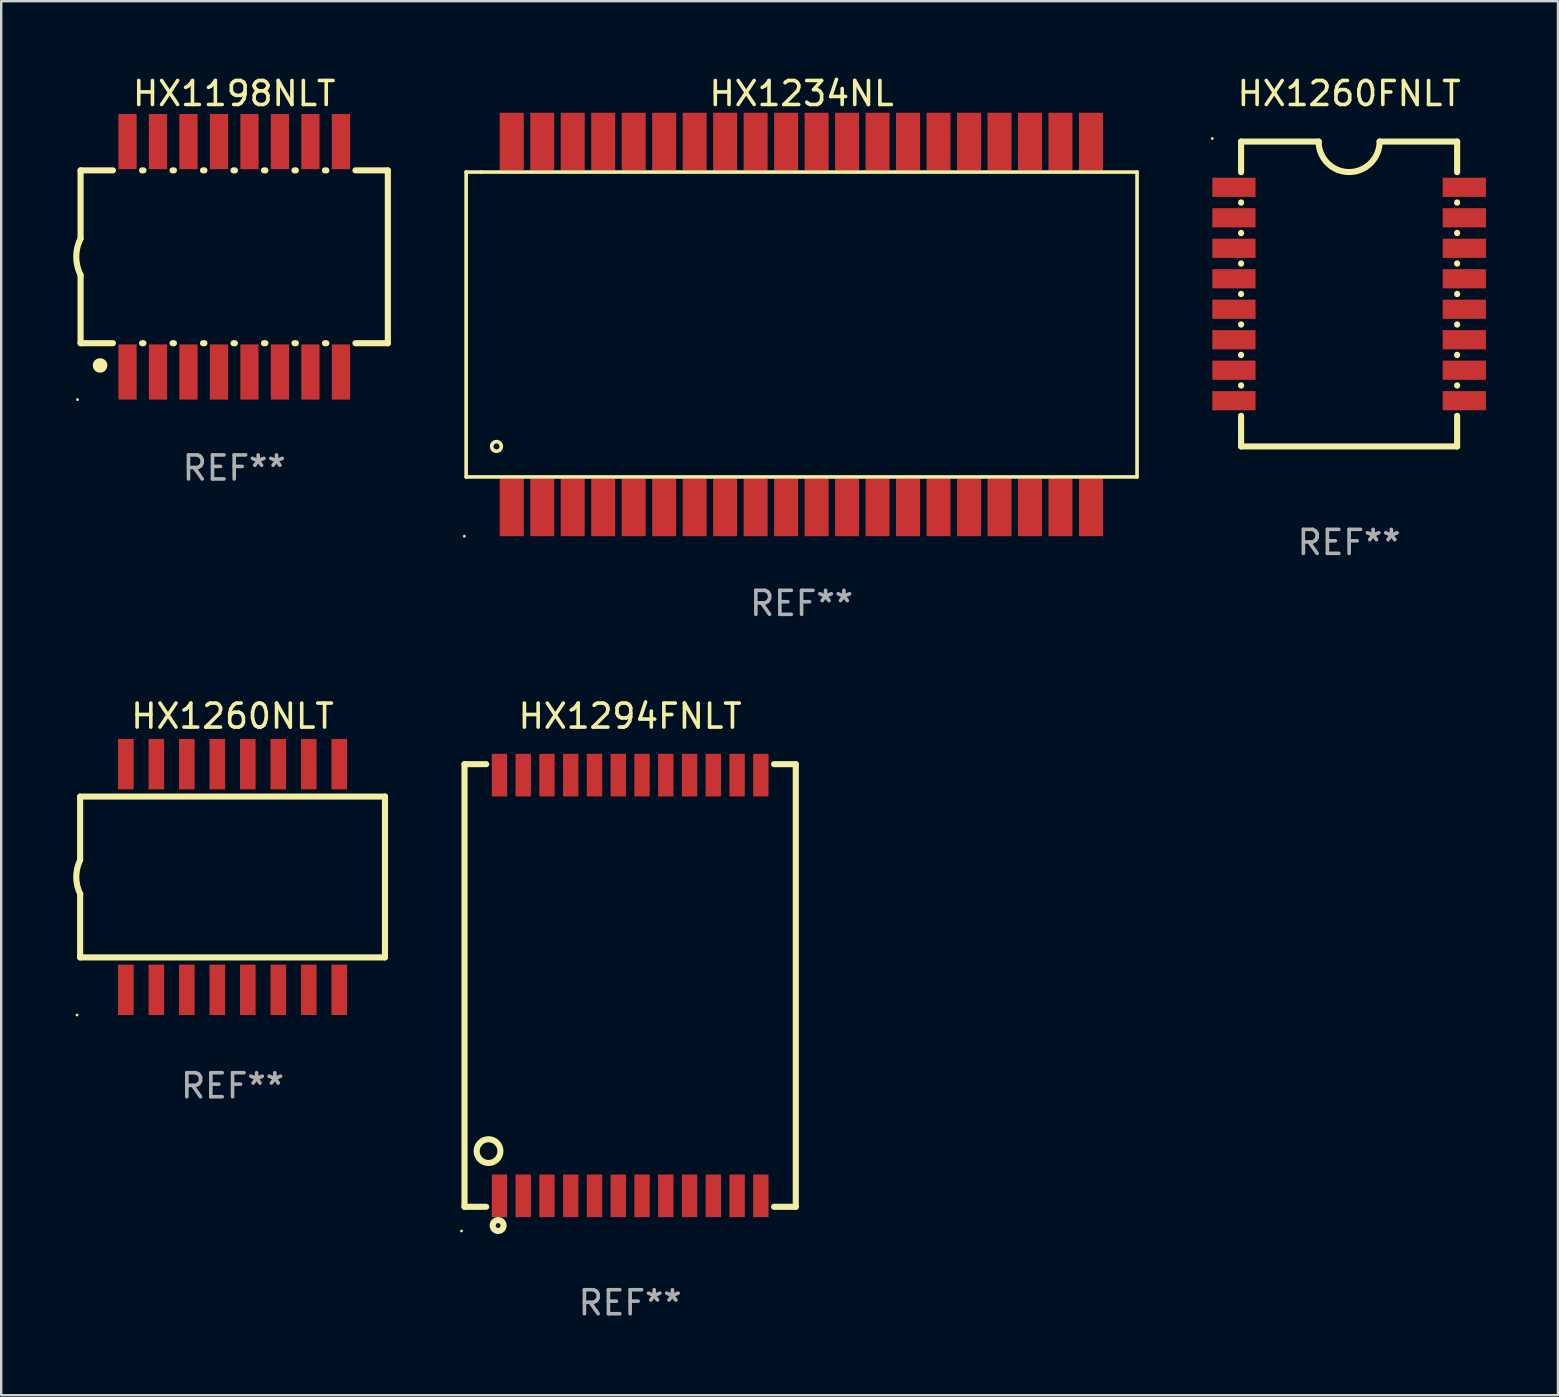
<source format=kicad_pcb>
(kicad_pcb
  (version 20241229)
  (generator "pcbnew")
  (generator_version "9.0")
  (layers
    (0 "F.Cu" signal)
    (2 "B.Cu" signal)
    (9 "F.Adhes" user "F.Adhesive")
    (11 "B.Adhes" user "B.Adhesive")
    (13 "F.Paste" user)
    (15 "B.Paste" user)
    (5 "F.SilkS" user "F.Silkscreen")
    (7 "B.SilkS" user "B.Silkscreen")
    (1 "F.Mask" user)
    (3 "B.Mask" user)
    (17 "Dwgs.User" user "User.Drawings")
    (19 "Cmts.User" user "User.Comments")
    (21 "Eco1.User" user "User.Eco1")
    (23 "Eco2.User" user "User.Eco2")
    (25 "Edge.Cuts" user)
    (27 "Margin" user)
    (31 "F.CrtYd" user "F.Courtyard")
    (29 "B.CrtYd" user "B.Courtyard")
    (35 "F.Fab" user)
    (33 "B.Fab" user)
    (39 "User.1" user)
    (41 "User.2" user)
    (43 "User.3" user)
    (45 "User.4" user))
  (footprint "HX1260NLT"
    (layer "F.Cu")
    (at 6.638 33.485)
    (property "Reference" "HX1260NLT" (at 0 -6.7 0) (layer "F.SilkS") (effects (font (size 1 1) (thickness 0.15))))
    (attr through_hole)
    (fp_line (start -6.35 -0.715) (end -6.35 -3.345) (stroke (width 0.254) (type solid)) (layer "F.SilkS"))
    (fp_line (start -6.35 -3.35) (end 6.35 -3.35) (stroke (width 0.254) (type solid)) (layer "F.SilkS"))
    (fp_line (start -6.35 3.35) (end -6.35 0.72) (stroke (width 0.254) (type solid)) (layer "F.SilkS"))
    (fp_line (start -6.35 3.35) (end 6.35 3.35) (stroke (width 0.254) (type solid)) (layer "F.SilkS"))
    (fp_line (start 6.35 3.35) (end 6.35 -3.35) (stroke (width 0.254) (type solid)) (layer "F.SilkS"))
    (fp_arc (start -6.33998 0.720015) (mid -6.510999 0.011187) (end -6.349962 -0.699975) (stroke (width 0.254001) (type solid)) (layer "F.SilkS"))
    (fp_circle (center -6.477 5.75) (end -6.447 5.75) (stroke (width 0.06) (type solid)) (fill no) (layer "F.SilkS"))
    (fp_text user "REF**" (at 0 8.7 0) (layer "F.Fab") (effects (font (size 1 1) (thickness 0.15))))
    (pad "1" smd rect (at -4.445 4.7 90) (size 2.1 0.65) (layers "F.Cu" "F.Mask" "F.Paste"))
    (pad "2" smd rect (at -3.175 4.7 90) (size 2.1 0.65) (layers "F.Cu" "F.Mask" "F.Paste"))
    (pad "3" smd rect (at -1.905 4.7 90) (size 2.1 0.65) (layers "F.Cu" "F.Mask" "F.Paste"))
    (pad "4" smd rect (at -0.635 4.7 90) (size 2.1 0.65) (layers "F.Cu" "F.Mask" "F.Paste"))
    (pad "5" smd rect (at 0.635 4.7 90) (size 2.1 0.65) (layers "F.Cu" "F.Mask" "F.Paste"))
    (pad "6" smd rect (at 1.905 4.7 90) (size 2.1 0.65) (layers "F.Cu" "F.Mask" "F.Paste"))
    (pad "7" smd rect (at 3.175 4.7 90) (size 2.1 0.65) (layers "F.Cu" "F.Mask" "F.Paste"))
    (pad "8" smd rect (at 4.445 4.7 90) (size 2.1 0.65) (layers "F.Cu" "F.Mask" "F.Paste"))
    (pad "9" smd rect (at 4.445 -4.7 90) (size 2.1 0.65) (layers "F.Cu" "F.Mask" "F.Paste"))
    (pad "10" smd rect (at 3.175 -4.7 90) (size 2.1 0.65) (layers "F.Cu" "F.Mask" "F.Paste"))
    (pad "11" smd rect (at 1.905 -4.7 90) (size 2.1 0.65) (layers "F.Cu" "F.Mask" "F.Paste"))
    (pad "12" smd rect (at 0.635 -4.7 90) (size 2.1 0.65) (layers "F.Cu" "F.Mask" "F.Paste"))
    (pad "13" smd rect (at -0.635 -4.7 90) (size 2.1 0.65) (layers "F.Cu" "F.Mask" "F.Paste"))
    (pad "14" smd rect (at -1.905 -4.7 90) (size 2.1 0.65) (layers "F.Cu" "F.Mask" "F.Paste"))
    (pad "15" smd rect (at -3.175 -4.7 90) (size 2.1 0.65) (layers "F.Cu" "F.Mask" "F.Paste"))
    (pad "16" smd rect (at -4.445 -4.7 90) (size 2.1 0.65) (layers "F.Cu" "F.Mask" "F.Paste")))
  (footprint "HX1294FNLT"
    (layer "F.Cu")
    (at 23.202 38.005)
    (property "Reference" "HX1294FNLT" (at 0 -11.22 0) (layer "F.SilkS") (effects (font (size 1 1) (thickness 0.15))))
    (attr through_hole)
    (fp_line (start -6.9 -9.22) (end -6.9 9.22) (stroke (width 0.254) (type solid)) (layer "F.SilkS"))
    (fp_line (start -6.9 -9.22) (end -5.996 -9.22) (stroke (width 0.254) (type solid)) (layer "F.SilkS"))
    (fp_line (start -6.9 9.22) (end -5.996 9.22) (stroke (width 0.254) (type solid)) (layer "F.SilkS"))
    (fp_line (start 5.996 -9.22) (end 6.9 -9.22) (stroke (width 0.254) (type solid)) (layer "F.SilkS"))
    (fp_line (start 5.996 9.22) (end 6.9 9.22) (stroke (width 0.254) (type solid)) (layer "F.SilkS"))
    (fp_line (start 6.9 -9.22) (end 6.9 9.22) (stroke (width 0.254) (type solid)) (layer "F.SilkS"))
    (fp_circle (center -7.027 10.227) (end -6.997 10.227) (stroke (width 0.06) (type solid)) (fill no) (layer "F.SilkS"))
    (fp_circle (center -5.9 6.9) (end -5.405 6.9) (stroke (width 0.254) (type solid)) (fill no) (layer "F.SilkS"))
    (fp_circle (center -5.5 10) (end -5.4 10) (stroke (width 0.254) (type solid)) (fill no) (layer "F.SilkS"))
    (fp_text user "REF**" (at 0 13.22 0) (layer "F.Fab") (effects (font (size 1 1) (thickness 0.15))))
    (pad "1" smd rect (at -5.445 8.763) (size 0.64 1.775) (layers "F.Cu" "F.Mask" "F.Paste"))
    (pad "2" smd rect (at -4.455 8.763) (size 0.64 1.775) (layers "F.Cu" "F.Mask" "F.Paste"))
    (pad "3" smd rect (at -3.465 8.763) (size 0.64 1.775) (layers "F.Cu" "F.Mask" "F.Paste"))
    (pad "4" smd rect (at -2.475 8.763) (size 0.64 1.775) (layers "F.Cu" "F.Mask" "F.Paste"))
    (pad "5" smd rect (at -1.485 8.763) (size 0.64 1.775) (layers "F.Cu" "F.Mask" "F.Paste"))
    (pad "6" smd rect (at -0.495 8.763) (size 0.64 1.775) (layers "F.Cu" "F.Mask" "F.Paste"))
    (pad "7" smd rect (at 0.495 8.763) (size 0.64 1.775) (layers "F.Cu" "F.Mask" "F.Paste"))
    (pad "8" smd rect (at 1.485 8.763) (size 0.64 1.775) (layers "F.Cu" "F.Mask" "F.Paste"))
    (pad "9" smd rect (at 2.475 8.763) (size 0.64 1.775) (layers "F.Cu" "F.Mask" "F.Paste"))
    (pad "10" smd rect (at 3.465 8.763) (size 0.64 1.775) (layers "F.Cu" "F.Mask" "F.Paste"))
    (pad "11" smd rect (at 4.455 8.763) (size 0.64 1.775) (layers "F.Cu" "F.Mask" "F.Paste"))
    (pad "12" smd rect (at 5.445 8.763) (size 0.64 1.775) (layers "F.Cu" "F.Mask" "F.Paste"))
    (pad "13" smd rect (at 5.445 -8.763) (size 0.64 1.775) (layers "F.Cu" "F.Mask" "F.Paste"))
    (pad "14" smd rect (at 4.455 -8.763) (size 0.64 1.775) (layers "F.Cu" "F.Mask" "F.Paste"))
    (pad "15" smd rect (at 3.465 -8.763) (size 0.64 1.775) (layers "F.Cu" "F.Mask" "F.Paste"))
    (pad "16" smd rect (at 2.475 -8.763) (size 0.64 1.775) (layers "F.Cu" "F.Mask" "F.Paste"))
    (pad "17" smd rect (at 1.485 -8.763) (size 0.64 1.775) (layers "F.Cu" "F.Mask" "F.Paste"))
    (pad "18" smd rect (at 0.495 -8.763) (size 0.64 1.775) (layers "F.Cu" "F.Mask" "F.Paste"))
    (pad "19" smd rect (at -0.495 -8.763) (size 0.64 1.775) (layers "F.Cu" "F.Mask" "F.Paste"))
    (pad "20" smd rect (at -1.485 -8.763) (size 0.64 1.775) (layers "F.Cu" "F.Mask" "F.Paste"))
    (pad "21" smd rect (at -2.475 -8.763) (size 0.64 1.775) (layers "F.Cu" "F.Mask" "F.Paste"))
    (pad "22" smd rect (at -3.465 -8.763) (size 0.64 1.775) (layers "F.Cu" "F.Mask" "F.Paste"))
    (pad "23" smd rect (at -4.455 -8.763) (size 0.64 1.775) (layers "F.Cu" "F.Mask" "F.Paste"))
    (pad "24" smd rect (at -5.445 -8.763) (size 0.64 1.775) (layers "F.Cu" "F.Mask" "F.Paste")))
  (footprint "HX1198NLT"
    (layer "F.Cu")
    (at 6.707 7.648)
    (property "Reference" "HX1198NLT" (at 0 -6.8 0) (layer "F.SilkS") (effects (font (size 1 1) (thickness 0.15))))
    (attr through_hole)
    (fp_line (start -6.4 -3.6) (end -6.4 -0.762) (stroke (width 0.254) (type solid)) (layer "F.SilkS"))
    (fp_line (start -6.4 -3.6) (end -5.051 -3.6) (stroke (width 0.254) (type solid)) (layer "F.SilkS"))
    (fp_line (start -6.4 3.6) (end -6.4 0.762) (stroke (width 0.254) (type solid)) (layer "F.SilkS"))
    (fp_line (start -6.4 3.6) (end -5.051 3.6) (stroke (width 0.254) (type solid)) (layer "F.SilkS"))
    (fp_line (start -3.839 -3.6) (end -3.781 -3.6) (stroke (width 0.254) (type solid)) (layer "F.SilkS"))
    (fp_line (start -3.839 3.6) (end -3.781 3.6) (stroke (width 0.254) (type solid)) (layer "F.SilkS"))
    (fp_line (start -2.569 -3.6) (end -2.511 -3.6) (stroke (width 0.254) (type solid)) (layer "F.SilkS"))
    (fp_line (start -2.569 3.6) (end -2.511 3.6) (stroke (width 0.254) (type solid)) (layer "F.SilkS"))
    (fp_line (start -1.299 -3.6) (end -1.241 -3.6) (stroke (width 0.254) (type solid)) (layer "F.SilkS"))
    (fp_line (start -1.299 3.6) (end -1.241 3.6) (stroke (width 0.254) (type solid)) (layer "F.SilkS"))
    (fp_line (start -0.029 -3.6) (end 0.029 -3.6) (stroke (width 0.254) (type solid)) (layer "F.SilkS"))
    (fp_line (start -0.029 3.6) (end 0.029 3.6) (stroke (width 0.254) (type solid)) (layer "F.SilkS"))
    (fp_line (start 1.241 -3.6) (end 1.299 -3.6) (stroke (width 0.254) (type solid)) (layer "F.SilkS"))
    (fp_line (start 1.241 3.6) (end 1.299 3.6) (stroke (width 0.254) (type solid)) (layer "F.SilkS"))
    (fp_line (start 2.511 -3.6) (end 2.569 -3.6) (stroke (width 0.254) (type solid)) (layer "F.SilkS"))
    (fp_line (start 2.511 3.6) (end 2.569 3.6) (stroke (width 0.254) (type solid)) (layer "F.SilkS"))
    (fp_line (start 3.781 -3.6) (end 3.839 -3.6) (stroke (width 0.254) (type solid)) (layer "F.SilkS"))
    (fp_line (start 3.781 3.6) (end 3.839 3.6) (stroke (width 0.254) (type solid)) (layer "F.SilkS"))
    (fp_line (start 5.051 -3.6) (end 6.4 -3.6) (stroke (width 0.254) (type solid)) (layer "F.SilkS"))
    (fp_line (start 5.051 3.6) (end 6.4 3.6) (stroke (width 0.254) (type solid)) (layer "F.SilkS"))
    (fp_line (start 6.4 -3.6) (end 6.4 3.6) (stroke (width 0.254) (type solid)) (layer "F.SilkS"))
    (fp_arc (start -6.400813 0.762001) (mid -6.580428 -0.000094) (end -6.400025 -0.762002) (stroke (width 0.254001) (type solid)) (layer "F.SilkS"))
    (fp_arc (start -5.590551 4.52601) (mid -5.588011 4.525999) (end -5.585471 4.52601) (stroke (width 0.6) (type solid)) (layer "F.SilkS"))
    (fp_circle (center -6.528 5.95) (end -6.498 5.95) (stroke (width 0.06) (type solid)) (fill no) (layer "F.SilkS"))
    (fp_text user "REF**" (at 0 8.8 0) (layer "F.Fab") (effects (font (size 1 1) (thickness 0.15))))
    (pad "1" smd rect (at -4.445 4.8 180) (size 0.76 2.3) (layers "F.Cu" "F.Mask" "F.Paste"))
    (pad "2" smd rect (at -3.175 4.8 180) (size 0.76 2.3) (layers "F.Cu" "F.Mask" "F.Paste"))
    (pad "3" smd rect (at -1.905 4.8 180) (size 0.76 2.3) (layers "F.Cu" "F.Mask" "F.Paste"))
    (pad "4" smd rect (at -0.635 4.8 180) (size 0.76 2.3) (layers "F.Cu" "F.Mask" "F.Paste"))
    (pad "5" smd rect (at 0.635 4.8 180) (size 0.76 2.3) (layers "F.Cu" "F.Mask" "F.Paste"))
    (pad "6" smd rect (at 1.905 4.8 180) (size 0.76 2.3) (layers "F.Cu" "F.Mask" "F.Paste"))
    (pad "7" smd rect (at 3.175 4.8 180) (size 0.76 2.3) (layers "F.Cu" "F.Mask" "F.Paste"))
    (pad "8" smd rect (at 4.445 4.8 180) (size 0.76 2.3) (layers "F.Cu" "F.Mask" "F.Paste"))
    (pad "9" smd rect (at 4.445 -4.8 180) (size 0.76 2.3) (layers "F.Cu" "F.Mask" "F.Paste"))
    (pad "10" smd rect (at 3.175 -4.8 180) (size 0.76 2.3) (layers "F.Cu" "F.Mask" "F.Paste"))
    (pad "11" smd rect (at 1.905 -4.8 180) (size 0.76 2.3) (layers "F.Cu" "F.Mask" "F.Paste"))
    (pad "12" smd rect (at 0.635 -4.8 180) (size 0.76 2.3) (layers "F.Cu" "F.Mask" "F.Paste"))
    (pad "13" smd rect (at -0.635 -4.8 180) (size 0.76 2.3) (layers "F.Cu" "F.Mask" "F.Paste"))
    (pad "14" smd rect (at -1.905 -4.8 180) (size 0.76 2.3) (layers "F.Cu" "F.Mask" "F.Paste"))
    (pad "15" smd rect (at -3.175 -4.8 180) (size 0.76 2.3) (layers "F.Cu" "F.Mask" "F.Paste"))
    (pad "16" smd rect (at -4.445 -4.8 180) (size 0.76 2.3) (layers "F.Cu" "F.Mask" "F.Paste")))
  (footprint "HX1260FNLT"
    (layer "F.Cu")
    (at 53.154 9.198)
    (property "Reference" "HX1260FNLT" (at 0 -8.35 0) (layer "F.SilkS") (effects (font (size 1 1) (thickness 0.15))))
    (attr through_hole)
    (fp_line (start -4.5 6.35) (end 4.5 6.35) (stroke (width 0.254) (type solid)) (layer "F.SilkS"))
    (fp_line (start -4.5 -6.35) (end -4.5 -5.075) (stroke (width 0.254) (type solid)) (layer "F.SilkS"))
    (fp_line (start -4.5 -6.35) (end -1.27 -6.35) (stroke (width 0.254) (type solid)) (layer "F.SilkS"))
    (fp_line (start -4.5 -3.815) (end -4.5 -3.805) (stroke (width 0.254) (type solid)) (layer "F.SilkS"))
    (fp_line (start -4.5 -2.545) (end -4.5 -2.535) (stroke (width 0.254) (type solid)) (layer "F.SilkS"))
    (fp_line (start -4.5 -1.275) (end -4.5 -1.265) (stroke (width 0.254) (type solid)) (layer "F.SilkS"))
    (fp_line (start -4.5 -0.005) (end -4.5 0.005) (stroke (width 0.254) (type solid)) (layer "F.SilkS"))
    (fp_line (start -4.5 1.265) (end -4.5 1.275) (stroke (width 0.254) (type solid)) (layer "F.SilkS"))
    (fp_line (start -4.5 2.535) (end -4.5 2.545) (stroke (width 0.254) (type solid)) (layer "F.SilkS"))
    (fp_line (start -4.5 3.805) (end -4.5 3.815) (stroke (width 0.254) (type solid)) (layer "F.SilkS"))
    (fp_line (start -4.5 5.075) (end -4.5 6.35) (stroke (width 0.254) (type solid)) (layer "F.SilkS"))
    (fp_line (start 1.27 -6.35) (end 4.5 -6.35) (stroke (width 0.254) (type solid)) (layer "F.SilkS"))
    (fp_line (start 4.5 -6.35) (end 4.5 -5.075) (stroke (width 0.254) (type solid)) (layer "F.SilkS"))
    (fp_line (start 4.5 -3.815) (end 4.5 -3.805) (stroke (width 0.254) (type solid)) (layer "F.SilkS"))
    (fp_line (start 4.5 -2.545) (end 4.5 -2.535) (stroke (width 0.254) (type solid)) (layer "F.SilkS"))
    (fp_line (start 4.5 -1.275) (end 4.5 -1.265) (stroke (width 0.254) (type solid)) (layer "F.SilkS"))
    (fp_line (start 4.5 -0.005) (end 4.5 0.005) (stroke (width 0.254) (type solid)) (layer "F.SilkS"))
    (fp_line (start 4.5 1.265) (end 4.5 1.275) (stroke (width 0.254) (type solid)) (layer "F.SilkS"))
    (fp_line (start 4.5 2.535) (end 4.5 2.545) (stroke (width 0.254) (type solid)) (layer "F.SilkS"))
    (fp_line (start 4.5 3.805) (end 4.5 3.815) (stroke (width 0.254) (type solid)) (layer "F.SilkS"))
    (fp_line (start 4.5 5.075) (end 4.5 6.35) (stroke (width 0.254) (type solid)) (layer "F.SilkS"))
    (fp_arc (start 1.270003 -6.349987) (mid 0 -5.079984) (end -1.270003 -6.349987) (stroke (width 0.254001) (type solid)) (layer "F.SilkS"))
    (fp_circle (center -5.7 -6.477) (end -5.67 -6.477) (stroke (width 0.06) (type solid)) (fill no) (layer "F.SilkS"))
    (fp_text user "REF**" (at 0 10.35 0) (layer "F.Fab") (effects (font (size 1 1) (thickness 0.15))))
    (pad "1" smd rect (at -4.799 -4.445) (size 1.8 0.8) (layers "F.Cu" "F.Mask" "F.Paste"))
    (pad "2" smd rect (at -4.799 -3.175 180) (size 1.8 0.8) (layers "F.Cu" "F.Mask" "F.Paste"))
    (pad "3" smd rect (at -4.799 -1.905 180) (size 1.8 0.8) (layers "F.Cu" "F.Mask" "F.Paste"))
    (pad "4" smd rect (at -4.799 -0.635 180) (size 1.8 0.8) (layers "F.Cu" "F.Mask" "F.Paste"))
    (pad "5" smd rect (at -4.799 0.635 180) (size 1.8 0.8) (layers "F.Cu" "F.Mask" "F.Paste"))
    (pad "6" smd rect (at -4.799 1.905 180) (size 1.8 0.8) (layers "F.Cu" "F.Mask" "F.Paste"))
    (pad "7" smd rect (at -4.799 3.175 180) (size 1.8 0.8) (layers "F.Cu" "F.Mask" "F.Paste"))
    (pad "8" smd rect (at -4.799 4.445 180) (size 1.8 0.8) (layers "F.Cu" "F.Mask" "F.Paste"))
    (pad "9" smd rect (at 4.799 4.445 180) (size 1.8 0.8) (layers "F.Cu" "F.Mask" "F.Paste"))
    (pad "10" smd rect (at 4.799 3.175 180) (size 1.8 0.8) (layers "F.Cu" "F.Mask" "F.Paste"))
    (pad "11" smd rect (at 4.799 1.905 180) (size 1.8 0.8) (layers "F.Cu" "F.Mask" "F.Paste"))
    (pad "12" smd rect (at 4.799 0.635 180) (size 1.8 0.8) (layers "F.Cu" "F.Mask" "F.Paste"))
    (pad "13" smd rect (at 4.799 -0.635 180) (size 1.8 0.8) (layers "F.Cu" "F.Mask" "F.Paste"))
    (pad "14" smd rect (at 4.799 -1.905 180) (size 1.8 0.8) (layers "F.Cu" "F.Mask" "F.Paste"))
    (pad "15" smd rect (at 4.799 -3.175 180) (size 1.8 0.8) (layers "F.Cu" "F.Mask" "F.Paste"))
    (pad "16" smd rect (at 4.799 -4.445 180) (size 1.8 0.8) (layers "F.Cu" "F.Mask" "F.Paste")))
  (footprint "HX1234NL"
    (layer "F.Cu")
    (at 30.344 10.468)
    (property "Reference" "HX1234NL" (at 0 -9.62 0) (layer "F.SilkS") (effects (font (size 1 1) (thickness 0.15))))
    (attr through_hole)
    (fp_line (start -13.975 -6.35) (end -13.975 6.35) (stroke (width 0.15) (type solid)) (layer "F.SilkS"))
    (fp_line (start -13.975 6.35) (end 13.975 6.35) (stroke (width 0.15) (type solid)) (layer "F.SilkS"))
    (fp_line (start -13.345 -6.35) (end -13.975 -6.35) (stroke (width 0.15) (type solid)) (layer "F.SilkS"))
    (fp_line (start 13.975 -6.35) (end -13.345 -6.35) (stroke (width 0.15) (type solid)) (layer "F.SilkS"))
    (fp_line (start 13.975 6.35) (end 13.975 -6.35) (stroke (width 0.15) (type solid)) (layer "F.SilkS"))
    (fp_circle (center -14.05 8.82) (end -14.02 8.82) (stroke (width 0.06) (type solid)) (fill no) (layer "F.SilkS"))
    (fp_circle (center -12.71 5.08) (end -12.51 5.08) (stroke (width 0.15) (type solid)) (fill no) (layer "F.SilkS"))
    (fp_text user "REF**" (at 0 11.62 0) (layer "F.Fab") (effects (font (size 1 1) (thickness 0.15))))
    (pad "1" smd rect (at -12.075 7.62 180) (size 1 2.4) (layers "F.Cu" "F.Mask" "F.Paste"))
    (pad "2" smd rect (at -10.805 7.62 180) (size 1 2.4) (layers "F.Cu" "F.Mask" "F.Paste"))
    (pad "3" smd rect (at -9.535 7.62 180) (size 1 2.4) (layers "F.Cu" "F.Mask" "F.Paste"))
    (pad "4" smd rect (at -8.265 7.62 180) (size 1 2.4) (layers "F.Cu" "F.Mask" "F.Paste"))
    (pad "5" smd rect (at -6.995 7.62 180) (size 1 2.4) (layers "F.Cu" "F.Mask" "F.Paste"))
    (pad "6" smd rect (at -5.725 7.62 180) (size 1 2.4) (layers "F.Cu" "F.Mask" "F.Paste"))
    (pad "7" smd rect (at -4.455 7.62 180) (size 1 2.4) (layers "F.Cu" "F.Mask" "F.Paste"))
    (pad "8" smd rect (at -3.185 7.62 180) (size 1 2.4) (layers "F.Cu" "F.Mask" "F.Paste"))
    (pad "9" smd rect (at -1.915 7.62 180) (size 1 2.4) (layers "F.Cu" "F.Mask" "F.Paste"))
    (pad "10" smd rect (at -0.645 7.62 180) (size 1 2.4) (layers "F.Cu" "F.Mask" "F.Paste"))
    (pad "11" smd rect (at 0.625 7.62 180) (size 1 2.4) (layers "F.Cu" "F.Mask" "F.Paste"))
    (pad "12" smd rect (at 1.895 7.62 180) (size 1 2.4) (layers "F.Cu" "F.Mask" "F.Paste"))
    (pad "13" smd rect (at 3.165 7.62 180) (size 1 2.4) (layers "F.Cu" "F.Mask" "F.Paste"))
    (pad "14" smd rect (at 4.435 7.62 180) (size 1 2.4) (layers "F.Cu" "F.Mask" "F.Paste"))
    (pad "15" smd rect (at 5.705 7.62 180) (size 1 2.4) (layers "F.Cu" "F.Mask" "F.Paste"))
    (pad "16" smd rect (at 6.975 7.62 180) (size 1 2.4) (layers "F.Cu" "F.Mask" "F.Paste"))
    (pad "17" smd rect (at 8.245 7.62 180) (size 1 2.4) (layers "F.Cu" "F.Mask" "F.Paste"))
    (pad "18" smd rect (at 9.515 7.62 180) (size 1 2.4) (layers "F.Cu" "F.Mask" "F.Paste"))
    (pad "19" smd rect (at 10.785 7.62 180) (size 1 2.4) (layers "F.Cu" "F.Mask" "F.Paste"))
    (pad "20" smd rect (at 12.055 7.62 180) (size 1 2.4) (layers "F.Cu" "F.Mask" "F.Paste"))
    (pad "21" smd rect (at 12.055 -7.62 180) (size 1 2.4) (layers "F.Cu" "F.Mask" "F.Paste"))
    (pad "22" smd rect (at 10.785 -7.62 180) (size 1 2.4) (layers "F.Cu" "F.Mask" "F.Paste"))
    (pad "23" smd rect (at 9.515 -7.62 180) (size 1 2.4) (layers "F.Cu" "F.Mask" "F.Paste"))
    (pad "24" smd rect (at 8.245 -7.62 180) (size 1 2.4) (layers "F.Cu" "F.Mask" "F.Paste"))
    (pad "25" smd rect (at 6.975 -7.62 180) (size 1 2.4) (layers "F.Cu" "F.Mask" "F.Paste"))
    (pad "26" smd rect (at 5.705 -7.62 180) (size 1 2.4) (layers "F.Cu" "F.Mask" "F.Paste"))
    (pad "27" smd rect (at 4.435 -7.62 180) (size 1 2.4) (layers "F.Cu" "F.Mask" "F.Paste"))
    (pad "28" smd rect (at 3.165 -7.62 180) (size 1 2.4) (layers "F.Cu" "F.Mask" "F.Paste"))
    (pad "29" smd rect (at 1.895 -7.62 180) (size 1 2.4) (layers "F.Cu" "F.Mask" "F.Paste"))
    (pad "30" smd rect (at 0.625 -7.62 180) (size 1 2.4) (layers "F.Cu" "F.Mask" "F.Paste"))
    (pad "31" smd rect (at -0.645 -7.62 180) (size 1 2.4) (layers "F.Cu" "F.Mask" "F.Paste"))
    (pad "32" smd rect (at -1.915 -7.62 180) (size 1 2.4) (layers "F.Cu" "F.Mask" "F.Paste"))
    (pad "33" smd rect (at -3.185 -7.62 180) (size 1 2.4) (layers "F.Cu" "F.Mask" "F.Paste"))
    (pad "34" smd rect (at -4.455 -7.62 180) (size 1 2.4) (layers "F.Cu" "F.Mask" "F.Paste"))
    (pad "35" smd rect (at -5.725 -7.62 180) (size 1 2.4) (layers "F.Cu" "F.Mask" "F.Paste"))
    (pad "36" smd rect (at -6.995 -7.62 180) (size 1 2.4) (layers "F.Cu" "F.Mask" "F.Paste"))
    (pad "37" smd rect (at -8.265 -7.62 180) (size 1 2.4) (layers "F.Cu" "F.Mask" "F.Paste"))
    (pad "38" smd rect (at -9.535 -7.62 180) (size 1 2.4) (layers "F.Cu" "F.Mask" "F.Paste"))
    (pad "39" smd rect (at -10.805 -7.62 180) (size 1 2.4) (layers "F.Cu" "F.Mask" "F.Paste"))
    (pad "40" smd rect (at -12.075 -7.62 180) (size 1 2.4) (layers "F.Cu" "F.Mask" "F.Paste")))
  (gr_rect
    (start -3 -3)
    (end 61.854 55.073)
    (stroke (width 0.1) (type default))
    (fill no)
    (layer "Edge.Cuts")))
</source>
